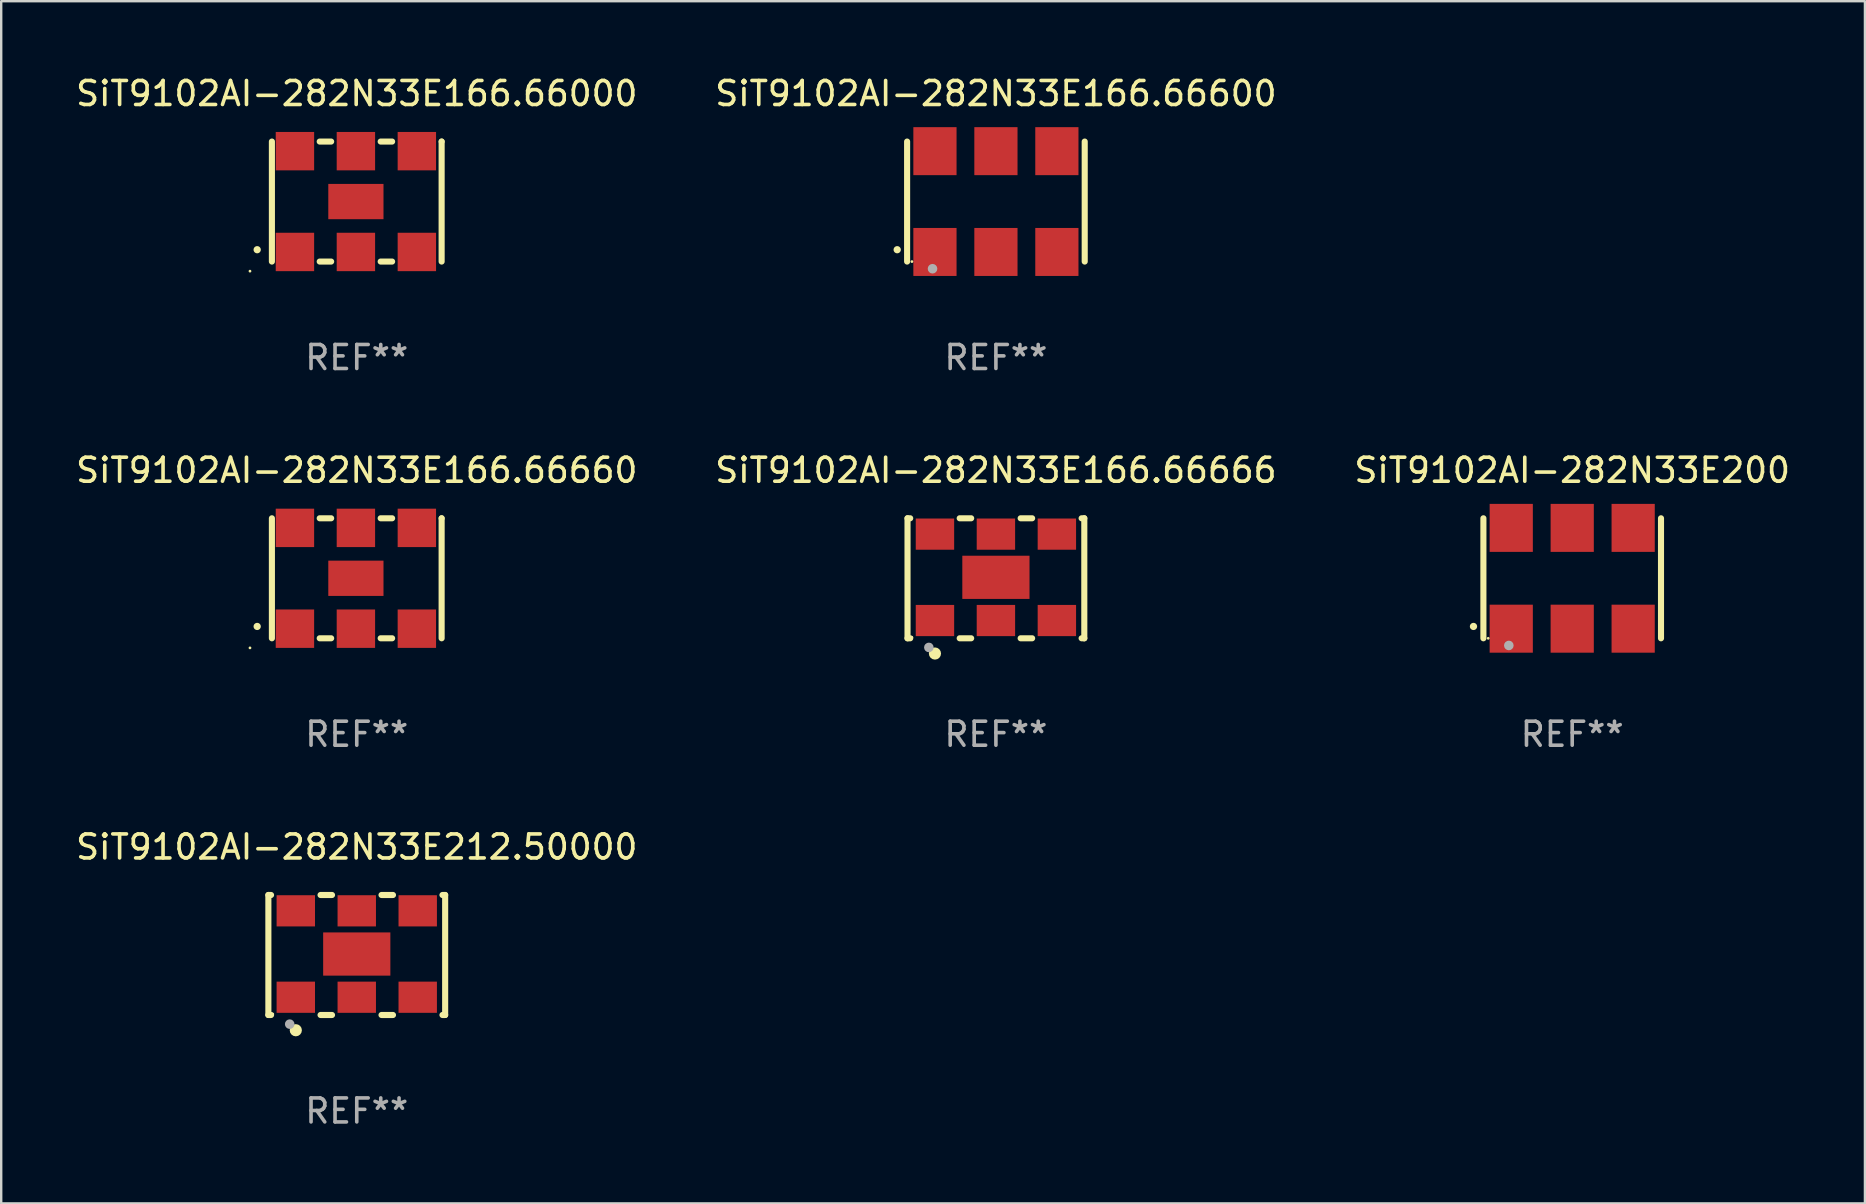
<source format=kicad_pcb>
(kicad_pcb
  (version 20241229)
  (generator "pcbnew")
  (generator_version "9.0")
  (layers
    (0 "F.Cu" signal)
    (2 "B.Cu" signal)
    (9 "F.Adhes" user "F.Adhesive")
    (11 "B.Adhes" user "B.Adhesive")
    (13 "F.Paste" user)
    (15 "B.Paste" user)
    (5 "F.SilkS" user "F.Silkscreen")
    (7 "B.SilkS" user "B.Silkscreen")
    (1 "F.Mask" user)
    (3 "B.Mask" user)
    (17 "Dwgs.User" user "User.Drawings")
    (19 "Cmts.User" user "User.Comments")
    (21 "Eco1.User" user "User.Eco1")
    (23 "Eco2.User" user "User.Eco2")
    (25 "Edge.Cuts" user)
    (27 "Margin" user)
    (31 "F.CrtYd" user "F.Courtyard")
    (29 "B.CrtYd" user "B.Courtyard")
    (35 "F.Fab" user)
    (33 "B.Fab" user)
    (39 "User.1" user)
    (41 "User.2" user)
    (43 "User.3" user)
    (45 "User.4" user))
  (footprint "SiT9102AI-282N33E166.66666"
    (layer "F.Cu")
    (at 38.446 21.045)
    (property "Reference" "SiT9102AI-282N33E166.66666" (at 0 -4.5 0) (layer "F.SilkS") (effects (font (size 1 1) (thickness 0.15))))
    (attr through_hole)
    (fp_line (start -3.683 -2.5) (end -3.571 -2.5) (stroke (width 0.254) (type solid)) (layer "F.SilkS"))
    (fp_line (start -3.683 2.5) (end -3.683 -2.5) (stroke (width 0.254) (type solid)) (layer "F.SilkS"))
    (fp_line (start -3.683 2.5) (end -3.571 2.5) (stroke (width 0.254) (type solid)) (layer "F.SilkS"))
    (fp_line (start -1.509 -2.5) (end -1.031 -2.5) (stroke (width 0.254) (type solid)) (layer "F.SilkS"))
    (fp_line (start -1.509 2.5) (end -1.031 2.5) (stroke (width 0.254) (type solid)) (layer "F.SilkS"))
    (fp_line (start 1.031 -2.5) (end 1.509 -2.5) (stroke (width 0.254) (type solid)) (layer "F.SilkS"))
    (fp_line (start 1.031 2.5) (end 1.509 2.5) (stroke (width 0.254) (type solid)) (layer "F.SilkS"))
    (fp_line (start 3.571 -2.5) (end 3.683 -2.5) (stroke (width 0.254) (type solid)) (layer "F.SilkS"))
    (fp_line (start 3.571 2.5) (end 3.683 2.5) (stroke (width 0.254) (type solid)) (layer "F.SilkS"))
    (fp_line (start 3.683 2.5) (end 3.683 -2.5) (stroke (width 0.254) (type solid)) (layer "F.SilkS"))
    (fp_circle (center -3.5 2.46) (end -3.47 2.46) (stroke (width 0.06) (type solid)) (fill no) (layer "F.SilkS"))
    (fp_circle (center -2.54 3.135) (end -2.413 3.135) (stroke (width 0.254) (type solid)) (fill no) (layer "F.SilkS"))
    (fp_circle (center -2.794 2.881) (end -2.694 2.881) (stroke (width 0.2) (type solid)) (fill no) (layer "F.Fab"))
    (fp_text user "REF**" (at 0 6.5 0) (layer "F.Fab") (effects (font (size 1 1) (thickness 0.15))))
    (pad "1" smd rect (at -2.54 1.76) (size 1.6 1.3) (layers "F.Cu" "F.Mask" "F.Paste"))
    (pad "2" smd rect (at 0 1.76) (size 1.6 1.3) (layers "F.Cu" "F.Mask" "F.Paste"))
    (pad "3" smd rect (at 2.54 1.76) (size 1.6 1.3) (layers "F.Cu" "F.Mask" "F.Paste"))
    (pad "4" smd rect (at 2.54 -1.84) (size 1.6 1.3) (layers "F.Cu" "F.Mask" "F.Paste"))
    (pad "5" smd rect (at 0 -1.84) (size 1.6 1.3) (layers "F.Cu" "F.Mask" "F.Paste"))
    (pad "6" smd rect (at -2.54 -1.84) (size 1.6 1.3) (layers "F.Cu" "F.Mask" "F.Paste"))
    (pad "7" smd rect (at 0 -0.04) (size 2.8 1.8) (layers "F.Cu" "F.Mask" "F.Paste")))
  (footprint "SiT9102AI-282N33E166.66600"
    (layer "F.Cu")
    (at 38.446 5.348)
    (property "Reference" "SiT9102AI-282N33E166.66600" (at 0 -4.5 0) (layer "F.SilkS") (effects (font (size 1 1) (thickness 0.15))))
    (attr through_hole)
    (fp_line (start -3.7 -2.5) (end -3.7 2.5) (stroke (width 0.254) (type solid)) (layer "F.SilkS"))
    (fp_line (start 3.7 -2.5) (end 3.7 2.5) (stroke (width 0.254) (type solid)) (layer "F.SilkS"))
    (fp_arc (start -4.114415 2.006604) (mid -4.113145 2.006599) (end -4.111875 2.006604) (stroke (width 0.3) (type solid)) (layer "F.SilkS"))
    (fp_circle (center -3.5 2.501) (end -3.47 2.501) (stroke (width 0.06) (type solid)) (fill no) (layer "F.SilkS"))
    (fp_circle (center -2.641 2.799) (end -2.541 2.799) (stroke (width 0.2) (type solid)) (fill no) (layer "F.Fab"))
    (fp_text user "REF**" (at 0 6.5 0) (layer "F.Fab") (effects (font (size 1 1) (thickness 0.15))))
    (pad "1" smd rect (at -2.54 2.1) (size 1.8 2) (layers "F.Cu" "F.Mask" "F.Paste"))
    (pad "2" smd rect (at 0.000394 2.1) (size 1.8 2) (layers "F.Cu" "F.Mask" "F.Paste"))
    (pad "3" smd rect (at 2.54 2.1) (size 1.8 2) (layers "F.Cu" "F.Mask" "F.Paste"))
    (pad "4" smd rect (at 2.54 -2.1) (size 1.8 2) (layers "F.Cu" "F.Mask" "F.Paste"))
    (pad "5" smd rect (at 0.000394 -2.1) (size 1.8 2) (layers "F.Cu" "F.Mask" "F.Paste"))
    (pad "6" smd rect (at -2.54 -2.1) (size 1.8 2) (layers "F.Cu" "F.Mask" "F.Paste")))
  (footprint "SiT9102AI-282N33E212.50000"
    (layer "F.Cu")
    (at 11.815 36.741)
    (property "Reference" "SiT9102AI-282N33E212.50000" (at 0 -4.5 0) (layer "F.SilkS") (effects (font (size 1 1) (thickness 0.15))))
    (attr through_hole)
    (fp_line (start -3.683 -2.5) (end -3.571 -2.5) (stroke (width 0.254) (type solid)) (layer "F.SilkS"))
    (fp_line (start -3.683 2.5) (end -3.683 -2.5) (stroke (width 0.254) (type solid)) (layer "F.SilkS"))
    (fp_line (start -3.683 2.5) (end -3.571 2.5) (stroke (width 0.254) (type solid)) (layer "F.SilkS"))
    (fp_line (start -1.509 -2.5) (end -1.031 -2.5) (stroke (width 0.254) (type solid)) (layer "F.SilkS"))
    (fp_line (start -1.509 2.5) (end -1.031 2.5) (stroke (width 0.254) (type solid)) (layer "F.SilkS"))
    (fp_line (start 1.031 -2.5) (end 1.509 -2.5) (stroke (width 0.254) (type solid)) (layer "F.SilkS"))
    (fp_line (start 1.031 2.5) (end 1.509 2.5) (stroke (width 0.254) (type solid)) (layer "F.SilkS"))
    (fp_line (start 3.571 -2.5) (end 3.683 -2.5) (stroke (width 0.254) (type solid)) (layer "F.SilkS"))
    (fp_line (start 3.571 2.5) (end 3.683 2.5) (stroke (width 0.254) (type solid)) (layer "F.SilkS"))
    (fp_line (start 3.683 2.5) (end 3.683 -2.5) (stroke (width 0.254) (type solid)) (layer "F.SilkS"))
    (fp_circle (center -3.5 2.46) (end -3.47 2.46) (stroke (width 0.06) (type solid)) (fill no) (layer "F.SilkS"))
    (fp_circle (center -2.54 3.135) (end -2.413 3.135) (stroke (width 0.254) (type solid)) (fill no) (layer "F.SilkS"))
    (fp_circle (center -2.794 2.881) (end -2.694 2.881) (stroke (width 0.2) (type solid)) (fill no) (layer "F.Fab"))
    (fp_text user "REF**" (at 0 6.5 0) (layer "F.Fab") (effects (font (size 1 1) (thickness 0.15))))
    (pad "1" smd rect (at -2.54 1.76) (size 1.6 1.3) (layers "F.Cu" "F.Mask" "F.Paste"))
    (pad "2" smd rect (at 0 1.76) (size 1.6 1.3) (layers "F.Cu" "F.Mask" "F.Paste"))
    (pad "3" smd rect (at 2.54 1.76) (size 1.6 1.3) (layers "F.Cu" "F.Mask" "F.Paste"))
    (pad "4" smd rect (at 2.54 -1.84) (size 1.6 1.3) (layers "F.Cu" "F.Mask" "F.Paste"))
    (pad "5" smd rect (at 0 -1.84) (size 1.6 1.3) (layers "F.Cu" "F.Mask" "F.Paste"))
    (pad "6" smd rect (at -2.54 -1.84) (size 1.6 1.3) (layers "F.Cu" "F.Mask" "F.Paste"))
    (pad "7" smd rect (at 0 -0.04) (size 2.8 1.8) (layers "F.Cu" "F.Mask" "F.Paste")))
  (footprint "SiT9102AI-282N33E166.66660"
    (layer "F.Cu")
    (at 11.815 21.045)
    (property "Reference" "SiT9102AI-282N33E166.66660" (at 0 -4.5 0) (layer "F.SilkS") (effects (font (size 1 1) (thickness 0.15))))
    (attr through_hole)
    (fp_line (start -3.536 -2.5) (end -3.536 2.5) (stroke (width 0.254) (type solid)) (layer "F.SilkS"))
    (fp_line (start -1.544 2.5) (end -1.067 2.5) (stroke (width 0.254) (type solid)) (layer "F.SilkS"))
    (fp_line (start -1.067 -2.5) (end -1.544 -2.5) (stroke (width 0.254) (type solid)) (layer "F.SilkS"))
    (fp_line (start 0.996 2.5) (end 1.473 2.5) (stroke (width 0.254) (type solid)) (layer "F.SilkS"))
    (fp_line (start 1.473 -2.5) (end 0.996 -2.5) (stroke (width 0.254) (type solid)) (layer "F.SilkS"))
    (fp_line (start 3.536 -2.5) (end 3.536 -2.5) (stroke (width 0.254) (type solid)) (layer "F.SilkS"))
    (fp_line (start 3.536 2.5) (end 3.536 -2.5) (stroke (width 0.254) (type solid)) (layer "F.SilkS"))
    (fp_arc (start -4.150432 2.006604) (mid -4.149162 2.006599) (end -4.147892 2.006604) (stroke (width 0.3) (type solid)) (layer "F.SilkS"))
    (fp_circle (center -4.449 2.9) (end -4.419 2.9) (stroke (width 0.06) (type solid)) (fill no) (layer "F.SilkS"))
    (fp_text user "REF**" (at 0 6.5 0) (layer "F.Fab") (effects (font (size 1 1) (thickness 0.15))))
    (pad "1" smd rect (at -2.576 2.1) (size 1.6 1.6) (layers "F.Cu" "F.Mask" "F.Paste"))
    (pad "2" smd rect (at -0.036 2.1) (size 1.6 1.6) (layers "F.Cu" "F.Mask" "F.Paste"))
    (pad "3" smd rect (at 2.504 2.1) (size 1.6 1.6) (layers "F.Cu" "F.Mask" "F.Paste"))
    (pad "4" smd rect (at 2.504 -2.1) (size 1.6 1.6) (layers "F.Cu" "F.Mask" "F.Paste"))
    (pad "5" smd rect (at -0.036 -2.1) (size 1.6 1.6) (layers "F.Cu" "F.Mask" "F.Paste"))
    (pad "6" smd rect (at -2.576 -2.1) (size 1.6 1.6) (layers "F.Cu" "F.Mask" "F.Paste"))
    (pad "7" smd rect (at -0.036 0) (size 2.3 1.47) (layers "F.Cu" "F.Mask" "F.Paste")))
  (footprint "SiT9102AI-282N33E166.66000"
    (layer "F.Cu")
    (at 11.815 5.348)
    (property "Reference" "SiT9102AI-282N33E166.66000" (at 0 -4.5 0) (layer "F.SilkS") (effects (font (size 1 1) (thickness 0.15))))
    (attr through_hole)
    (fp_line (start -3.536 -2.5) (end -3.536 2.5) (stroke (width 0.254) (type solid)) (layer "F.SilkS"))
    (fp_line (start -1.544 2.5) (end -1.067 2.5) (stroke (width 0.254) (type solid)) (layer "F.SilkS"))
    (fp_line (start -1.067 -2.5) (end -1.544 -2.5) (stroke (width 0.254) (type solid)) (layer "F.SilkS"))
    (fp_line (start 0.996 2.5) (end 1.473 2.5) (stroke (width 0.254) (type solid)) (layer "F.SilkS"))
    (fp_line (start 1.473 -2.5) (end 0.996 -2.5) (stroke (width 0.254) (type solid)) (layer "F.SilkS"))
    (fp_line (start 3.536 -2.5) (end 3.536 -2.5) (stroke (width 0.254) (type solid)) (layer "F.SilkS"))
    (fp_line (start 3.536 2.5) (end 3.536 -2.5) (stroke (width 0.254) (type solid)) (layer "F.SilkS"))
    (fp_arc (start -4.150432 2.006604) (mid -4.149162 2.006599) (end -4.147892 2.006604) (stroke (width 0.3) (type solid)) (layer "F.SilkS"))
    (fp_circle (center -4.449 2.9) (end -4.419 2.9) (stroke (width 0.06) (type solid)) (fill no) (layer "F.SilkS"))
    (fp_text user "REF**" (at 0 6.5 0) (layer "F.Fab") (effects (font (size 1 1) (thickness 0.15))))
    (pad "1" smd rect (at -2.576 2.1) (size 1.6 1.6) (layers "F.Cu" "F.Mask" "F.Paste"))
    (pad "2" smd rect (at -0.036 2.1) (size 1.6 1.6) (layers "F.Cu" "F.Mask" "F.Paste"))
    (pad "3" smd rect (at 2.504 2.1) (size 1.6 1.6) (layers "F.Cu" "F.Mask" "F.Paste"))
    (pad "4" smd rect (at 2.504 -2.1) (size 1.6 1.6) (layers "F.Cu" "F.Mask" "F.Paste"))
    (pad "5" smd rect (at -0.036 -2.1) (size 1.6 1.6) (layers "F.Cu" "F.Mask" "F.Paste"))
    (pad "6" smd rect (at -2.576 -2.1) (size 1.6 1.6) (layers "F.Cu" "F.Mask" "F.Paste"))
    (pad "7" smd rect (at -0.036 0) (size 2.3 1.47) (layers "F.Cu" "F.Mask" "F.Paste")))
  (footprint "SiT9102AI-282N33E200"
    (layer "F.Cu")
    (at 62.458 21.045)
    (property "Reference" "SiT9102AI-282N33E200" (at 0 -4.5 0) (layer "F.SilkS") (effects (font (size 1 1) (thickness 0.15))))
    (attr through_hole)
    (fp_line (start -3.7 -2.5) (end -3.7 2.5) (stroke (width 0.254) (type solid)) (layer "F.SilkS"))
    (fp_line (start 3.7 -2.5) (end 3.7 2.5) (stroke (width 0.254) (type solid)) (layer "F.SilkS"))
    (fp_arc (start -4.114415 2.006604) (mid -4.113145 2.006599) (end -4.111875 2.006604) (stroke (width 0.3) (type solid)) (layer "F.SilkS"))
    (fp_circle (center -3.5 2.501) (end -3.47 2.501) (stroke (width 0.06) (type solid)) (fill no) (layer "F.SilkS"))
    (fp_circle (center -2.641 2.799) (end -2.541 2.799) (stroke (width 0.2) (type solid)) (fill no) (layer "F.Fab"))
    (fp_text user "REF**" (at 0 6.5 0) (layer "F.Fab") (effects (font (size 1 1) (thickness 0.15))))
    (pad "1" smd rect (at -2.54 2.1) (size 1.8 2) (layers "F.Cu" "F.Mask" "F.Paste"))
    (pad "2" smd rect (at 0.000394 2.1) (size 1.8 2) (layers "F.Cu" "F.Mask" "F.Paste"))
    (pad "3" smd rect (at 2.54 2.1) (size 1.8 2) (layers "F.Cu" "F.Mask" "F.Paste"))
    (pad "4" smd rect (at 2.54 -2.1) (size 1.8 2) (layers "F.Cu" "F.Mask" "F.Paste"))
    (pad "5" smd rect (at 0.000394 -2.1) (size 1.8 2) (layers "F.Cu" "F.Mask" "F.Paste"))
    (pad "6" smd rect (at -2.54 -2.1) (size 1.8 2) (layers "F.Cu" "F.Mask" "F.Paste")))
  (gr_rect
    (start -3 -3)
    (end 74.655 47.09)
    (stroke (width 0.1) (type default))
    (fill no)
    (layer "Edge.Cuts")))
</source>
